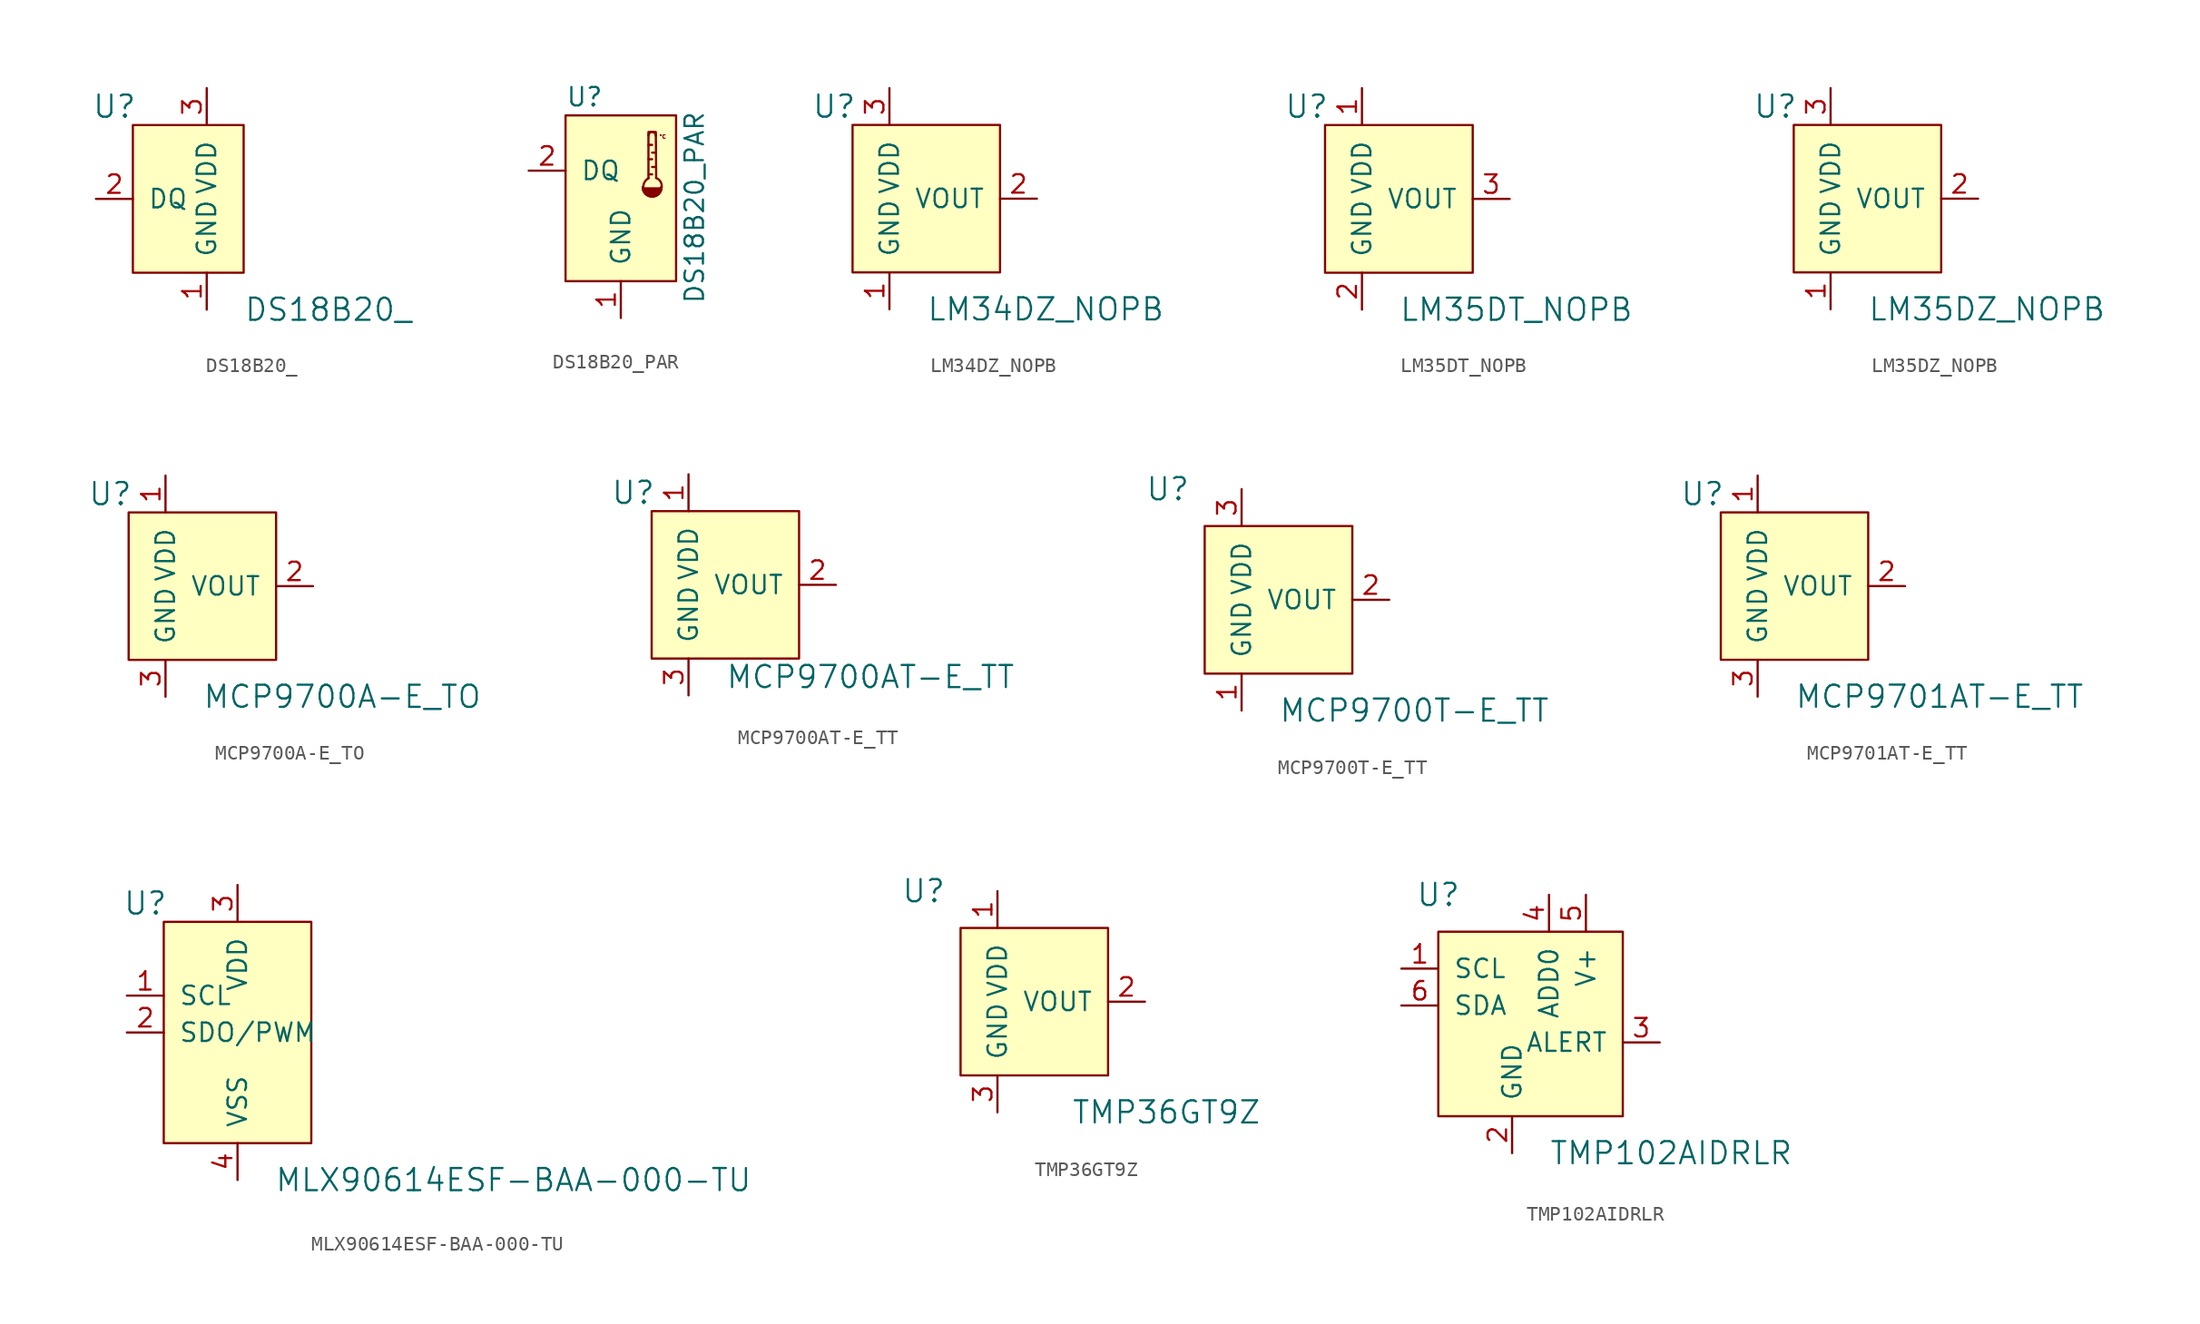
<source format=kicad_sym>
(kicad_symbol_lib
  (version 20201005)
  (generator kicad_symbol_editor)
  (symbol "DS18B20_"
    (pin_names
      (offset 1.016))
    (property "Reference" "U"
      (at -6.35 6.35 0)
      (effects (font (size 1.524 1.524))))
    (property "Value" "DS18B20_"
      (at 2.54 -7.62 0)
      (effects (font (size 1.524 1.524)) (justify left)))
    (symbol "DS18B20__0_1"
      (rectangle (start -5.08 5.08) (end 2.54 -5.08) (stroke (width 0)) (fill (type background))))
    (symbol "DS18B20__1_1"
      (pin power_in line (at 0 -7.62 90) (length 2.54) (name "GND" (effects (font (size 1.27 1.27)))) (number "1" (effects (font (size 1.27 1.27)))))
      (pin bidirectional line (at -7.62 0 0) (length 2.54) (name "DQ" (effects (font (size 1.27 1.27)))) (number "2" (effects (font (size 1.27 1.27)))))
      (pin power_in line (at 0 7.62 270) (length 2.54) (name "VDD" (effects (font (size 1.27 1.27)))) (number "3" (effects (font (size 1.27 1.27)))))))
  (symbol "DS18B20_PAR"
    (pin_names
      (offset 1.016))
    (property "Reference" "U"
      (at -3.81 8.89 0)
      (effects (font (size 1.27 1.27)) (justify left)))
    (property "Value" "DS18B20_PAR"
      (at 5.08 1.27 90)
      (effects (font (size 1.27 1.27))))
    (symbol "DS18B20_PAR_0_1"
      (rectangle (start -3.81 -3.81) (end 3.81 7.62) (stroke (width 0)) (fill (type background))))
    (symbol "DS18B20_PAR_1_0"
      (arc (start 2.4384 3.302) (end 2.8194 2.667) (radius (at 2.159 2.667) (length 0.635) (angles 62.4 -4.2)) (stroke (width 0)) (fill (type none)))
      (arc (start 1.524 2.667) (end 2.794 2.667) (radius (at 2.159 2.667) (length 0.635) (angles -179.9 -0.1)) (stroke (width 0.1778)) (fill (type none)))
      (arc (start 1.524 2.667) (end 2.794 2.667) (radius (at 2.159 2.667) (length 0.635) (angles -179.9 -0.1)) (stroke (width 0.1778)) (fill (type outline)))
      (arc (start 2.413 6.223) (end 1.905 6.223) (radius (at 2.159 6.223) (length 0.254) (angles 0.1 179.9)) (stroke (width 0)) (fill (type none)))
      (arc (start 1.5494 2.667) (end 1.9304 3.302) (radius (at 2.1844 2.6924) (length 0.635) (angles -177.7 112.6)) (stroke (width 0)) (fill (type none)))
      (text "°C" (at 2.616 6.299 0) (effects (font (size 0.254 0.254)) (justify left top)))
      (polyline (pts (xy 1.905 4.597) (xy 2.159 4.597)) (stroke (width 0)) (fill (type none)))
      (polyline (pts (xy 1.93 3.556) (xy 2.159 3.556)) (stroke (width 0)) (fill (type none)))
      (polyline (pts (xy 2.159 5.588) (xy 1.905 5.588)) (stroke (width 0)) (fill (type none)))
      (polyline (pts (xy 2.413 4.064) (xy 2.159 4.064)) (stroke (width 0)) (fill (type none)))
      (polyline (pts (xy 2.413 5.055) (xy 2.159 5.055)) (stroke (width 0)) (fill (type none)))
      (polyline (pts (xy 1.905 3.277) (xy 1.905 6.477) (xy 2.413 6.477) (xy 2.438 3.302)) (stroke (width 0)) (fill (type none))))
    (symbol "DS18B20_PAR_1_1"
      (pin power_in line (at 0 -6.35 90) (length 2.54) (name "GND" (effects (font (size 1.27 1.27)))) (number "1" (effects (font (size 1.27 1.27)))))
      (pin bidirectional line (at -6.35 3.81 0) (length 2.54) (name "DQ" (effects (font (size 1.27 1.27)))) (number "2" (effects (font (size 1.27 1.27)))))
      (pin no_connect line (at -6.35 1.27 0) (length 2.54) hide (name "N.C." (effects (font (size 1.27 1.27)))) (number "3" (effects (font (size 1.27 1.27)))))))
  (symbol "LM34DZ_NOPB"
    (pin_names
      (offset 1.016))
    (property "Reference" "U"
      (at -3.81 6.35 0)
      (effects (font (size 1.524 1.524))))
    (property "Value" "LM34DZ_NOPB"
      (at 2.54 -7.62 0)
      (effects (font (size 1.524 1.524)) (justify left)))
    (symbol "LM34DZ_NOPB_0_1"
      (rectangle (start 7.62 5.08) (end -2.54 -5.08) (stroke (width 0)) (fill (type background))))
    (symbol "LM34DZ_NOPB_1_1"
      (pin power_in line (at 0 -7.62 90) (length 2.54) (name "GND" (effects (font (size 1.27 1.27)))) (number "1" (effects (font (size 1.27 1.27)))))
      (pin output line (at 10.16 0 180) (length 2.54) (name "VOUT" (effects (font (size 1.27 1.27)))) (number "2" (effects (font (size 1.27 1.27)))))
      (pin power_in line (at 0 7.62 270) (length 2.54) (name "VDD" (effects (font (size 1.27 1.27)))) (number "3" (effects (font (size 1.27 1.27)))))))
  (symbol "LM35DT_NOPB"
    (pin_names
      (offset 1.016))
    (property "Reference" "U"
      (at -3.81 6.35 0)
      (effects (font (size 1.524 1.524))))
    (property "Value" "LM35DT_NOPB"
      (at 2.54 -7.62 0)
      (effects (font (size 1.524 1.524)) (justify left)))
    (symbol "LM35DT_NOPB_0_1"
      (rectangle (start 7.62 5.08) (end -2.54 -5.08) (stroke (width 0)) (fill (type background))))
    (symbol "LM35DT_NOPB_1_1"
      (pin power_in line (at 0 7.62 270) (length 2.54) (name "VDD" (effects (font (size 1.27 1.27)))) (number "1" (effects (font (size 1.27 1.27)))))
      (pin power_in line (at 0 -7.62 90) (length 2.54) (name "GND" (effects (font (size 1.27 1.27)))) (number "2" (effects (font (size 1.27 1.27)))))
      (pin output line (at 10.16 0 180) (length 2.54) (name "VOUT" (effects (font (size 1.27 1.27)))) (number "3" (effects (font (size 1.27 1.27)))))))
  (symbol "LM35DZ_NOPB"
    (pin_names
      (offset 1.016))
    (property "Reference" "U"
      (at -3.81 6.35 0)
      (effects (font (size 1.524 1.524))))
    (property "Value" "LM35DZ_NOPB"
      (at 2.54 -7.62 0)
      (effects (font (size 1.524 1.524)) (justify left)))
    (symbol "LM35DZ_NOPB_0_1"
      (rectangle (start 7.62 5.08) (end -2.54 -5.08) (stroke (width 0)) (fill (type background))))
    (symbol "LM35DZ_NOPB_1_1"
      (pin power_in line (at 0 -7.62 90) (length 2.54) (name "GND" (effects (font (size 1.27 1.27)))) (number "1" (effects (font (size 1.27 1.27)))))
      (pin output line (at 10.16 0 180) (length 2.54) (name "VOUT" (effects (font (size 1.27 1.27)))) (number "2" (effects (font (size 1.27 1.27)))))
      (pin power_in line (at 0 7.62 270) (length 2.54) (name "VDD" (effects (font (size 1.27 1.27)))) (number "3" (effects (font (size 1.27 1.27)))))))
  (symbol "MCP9700A-E_TO"
    (pin_names
      (offset 1.016))
    (property "Reference" "U"
      (at -3.81 6.35 0)
      (effects (font (size 1.524 1.524))))
    (property "Value" "MCP9700A-E_TO"
      (at 2.54 -7.62 0)
      (effects (font (size 1.524 1.524)) (justify left)))
    (symbol "MCP9700A-E_TO_0_1"
      (rectangle (start 7.62 5.08) (end -2.54 -5.08) (stroke (width 0)) (fill (type background))))
    (symbol "MCP9700A-E_TO_1_1"
      (pin power_in line (at 0 7.62 270) (length 2.54) (name "VDD" (effects (font (size 1.27 1.27)))) (number "1" (effects (font (size 1.27 1.27)))))
      (pin output line (at 10.16 0 180) (length 2.54) (name "VOUT" (effects (font (size 1.27 1.27)))) (number "2" (effects (font (size 1.27 1.27)))))
      (pin power_in line (at 0 -7.62 90) (length 2.54) (name "GND" (effects (font (size 1.27 1.27)))) (number "3" (effects (font (size 1.27 1.27)))))))
  (symbol "MCP9700AT-E_TT"
    (pin_names
      (offset 1.016))
    (property "Reference" "U"
      (at -3.81 6.35 0)
      (effects (font (size 1.524 1.524))))
    (property "Value" "MCP9700AT-E_TT"
      (at 2.54 -6.35 0)
      (effects (font (size 1.524 1.524)) (justify left)))
    (symbol "MCP9700AT-E_TT_0_1"
      (rectangle (start 7.62 5.08) (end -2.54 -5.08) (stroke (width 0)) (fill (type background))))
    (symbol "MCP9700AT-E_TT_1_1"
      (pin power_in line (at 0 7.62 270) (length 2.54) (name "VDD" (effects (font (size 1.27 1.27)))) (number "1" (effects (font (size 1.27 1.27)))))
      (pin output line (at 10.16 0 180) (length 2.54) (name "VOUT" (effects (font (size 1.27 1.27)))) (number "2" (effects (font (size 1.27 1.27)))))
      (pin power_in line (at 0 -7.62 90) (length 2.54) (name "GND" (effects (font (size 1.27 1.27)))) (number "3" (effects (font (size 1.27 1.27)))))))
  (symbol "MCP9700T-E_TT"
    (pin_names
      (offset 1.016))
    (property "Reference" "U"
      (at -5.08 7.62 0)
      (effects (font (size 1.524 1.524))))
    (property "Value" "MCP9700T-E_TT"
      (at 2.54 -7.62 0)
      (effects (font (size 1.524 1.524)) (justify left)))
    (symbol "MCP9700T-E_TT_0_1"
      (rectangle (start 7.62 5.08) (end -2.54 -5.08) (stroke (width 0)) (fill (type background))))
    (symbol "MCP9700T-E_TT_1_1"
      (pin power_in line (at 0 -7.62 90) (length 2.54) (name "GND" (effects (font (size 1.27 1.27)))) (number "1" (effects (font (size 1.27 1.27)))))
      (pin output line (at 10.16 0 180) (length 2.54) (name "VOUT" (effects (font (size 1.27 1.27)))) (number "2" (effects (font (size 1.27 1.27)))))
      (pin power_in line (at 0 7.62 270) (length 2.54) (name "VDD" (effects (font (size 1.27 1.27)))) (number "3" (effects (font (size 1.27 1.27)))))))
  (symbol "MCP9701AT-E_TT"
    (pin_names
      (offset 1.016))
    (property "Reference" "U"
      (at -3.81 6.35 0)
      (effects (font (size 1.524 1.524))))
    (property "Value" "MCP9701AT-E_TT"
      (at 2.54 -7.62 0)
      (effects (font (size 1.524 1.524)) (justify left)))
    (symbol "MCP9701AT-E_TT_0_1"
      (rectangle (start 7.62 5.08) (end -2.54 -5.08) (stroke (width 0)) (fill (type background))))
    (symbol "MCP9701AT-E_TT_1_1"
      (pin power_in line (at 0 7.62 270) (length 2.54) (name "VDD" (effects (font (size 1.27 1.27)))) (number "1" (effects (font (size 1.27 1.27)))))
      (pin output line (at 10.16 0 180) (length 2.54) (name "VOUT" (effects (font (size 1.27 1.27)))) (number "2" (effects (font (size 1.27 1.27)))))
      (pin power_in line (at 0 -7.62 90) (length 2.54) (name "GND" (effects (font (size 1.27 1.27)))) (number "3" (effects (font (size 1.27 1.27)))))))
  (symbol "MLX90614ESF-BAA-000-TU"
    (pin_names
      (offset 1.016))
    (property "Reference" "U"
      (at -6.35 8.89 0)
      (effects (font (size 1.524 1.524))))
    (property "Value" "MLX90614ESF-BAA-000-TU"
      (at 2.54 -10.16 0)
      (effects (font (size 1.524 1.524)) (justify left)))
    (symbol "MLX90614ESF-BAA-000-TU_1_1"
      (rectangle (start -5.08 7.62) (end 5.08 -7.62) (stroke (width 0)) (fill (type background)))
      (pin input line (at -7.62 2.54 0) (length 2.54) (name "SCL" (effects (font (size 1.27 1.27)))) (number "1" (effects (font (size 1.27 1.27)))))
      (pin bidirectional line (at -7.62 0 0) (length 2.54) (name "SDO/PWM" (effects (font (size 1.27 1.27)))) (number "2" (effects (font (size 1.27 1.27)))))
      (pin power_in line (at 0 10.16 270) (length 2.54) (name "VDD" (effects (font (size 1.27 1.27)))) (number "3" (effects (font (size 1.27 1.27)))))
      (pin power_in line (at 0 -10.16 90) (length 2.54) (name "VSS" (effects (font (size 1.27 1.27)))) (number "4" (effects (font (size 1.27 1.27)))))))
  (symbol "TMP36GT9Z"
    (pin_names
      (offset 1.016))
    (property "Reference" "U"
      (at -5.08 7.62 0)
      (effects (font (size 1.524 1.524))))
    (property "Value" "TMP36GT9Z"
      (at 5.08 -7.62 0)
      (effects (font (size 1.524 1.524)) (justify left)))
    (symbol "TMP36GT9Z_0_1"
      (rectangle (start 7.62 5.08) (end -2.54 -5.08) (stroke (width 0)) (fill (type background))))
    (symbol "TMP36GT9Z_1_1"
      (pin power_in line (at 0 7.62 270) (length 2.54) (name "VDD" (effects (font (size 1.27 1.27)))) (number "1" (effects (font (size 1.27 1.27)))))
      (pin output line (at 10.16 0 180) (length 2.54) (name "VOUT" (effects (font (size 1.27 1.27)))) (number "2" (effects (font (size 1.27 1.27)))))
      (pin power_in line (at 0 -7.62 90) (length 2.54) (name "GND" (effects (font (size 1.27 1.27)))) (number "3" (effects (font (size 1.27 1.27)))))))
  (symbol "TMP102AIDRLR"
    (pin_names
      (offset 1.016))
    (property "Reference" "U"
      (at -7.62 10.16 0)
      (effects (font (size 1.524 1.524))))
    (property "Value" "TMP102AIDRLR"
      (at 0 -7.62 0)
      (effects (font (size 1.524 1.524)) (justify left)))
    (symbol "TMP102AIDRLR_0_1"
      (rectangle (start -7.62 7.62) (end 5.08 -5.08) (stroke (width 0)) (fill (type background))))
    (symbol "TMP102AIDRLR_1_1"
      (pin input line (at -10.16 5.08 0) (length 2.54) (name "SCL" (effects (font (size 1.27 1.27)))) (number "1" (effects (font (size 1.27 1.27)))))
      (pin power_in line (at -2.54 -7.62 90) (length 2.54) (name "GND" (effects (font (size 1.27 1.27)))) (number "2" (effects (font (size 1.27 1.27)))))
      (pin output line (at 7.62 0 180) (length 2.54) (name "ALERT" (effects (font (size 1.27 1.27)))) (number "3" (effects (font (size 1.27 1.27)))))
      (pin power_in line (at 0 10.16 270) (length 2.54) (name "ADD0" (effects (font (size 1.27 1.27)))) (number "4" (effects (font (size 1.27 1.27)))))
      (pin power_in line (at 2.54 10.16 270) (length 2.54) (name "V+" (effects (font (size 1.27 1.27)))) (number "5" (effects (font (size 1.27 1.27)))))
      (pin bidirectional line (at -10.16 2.54 0) (length 2.54) (name "SDA" (effects (font (size 1.27 1.27)))) (number "6" (effects (font (size 1.27 1.27))))))))
</source>
